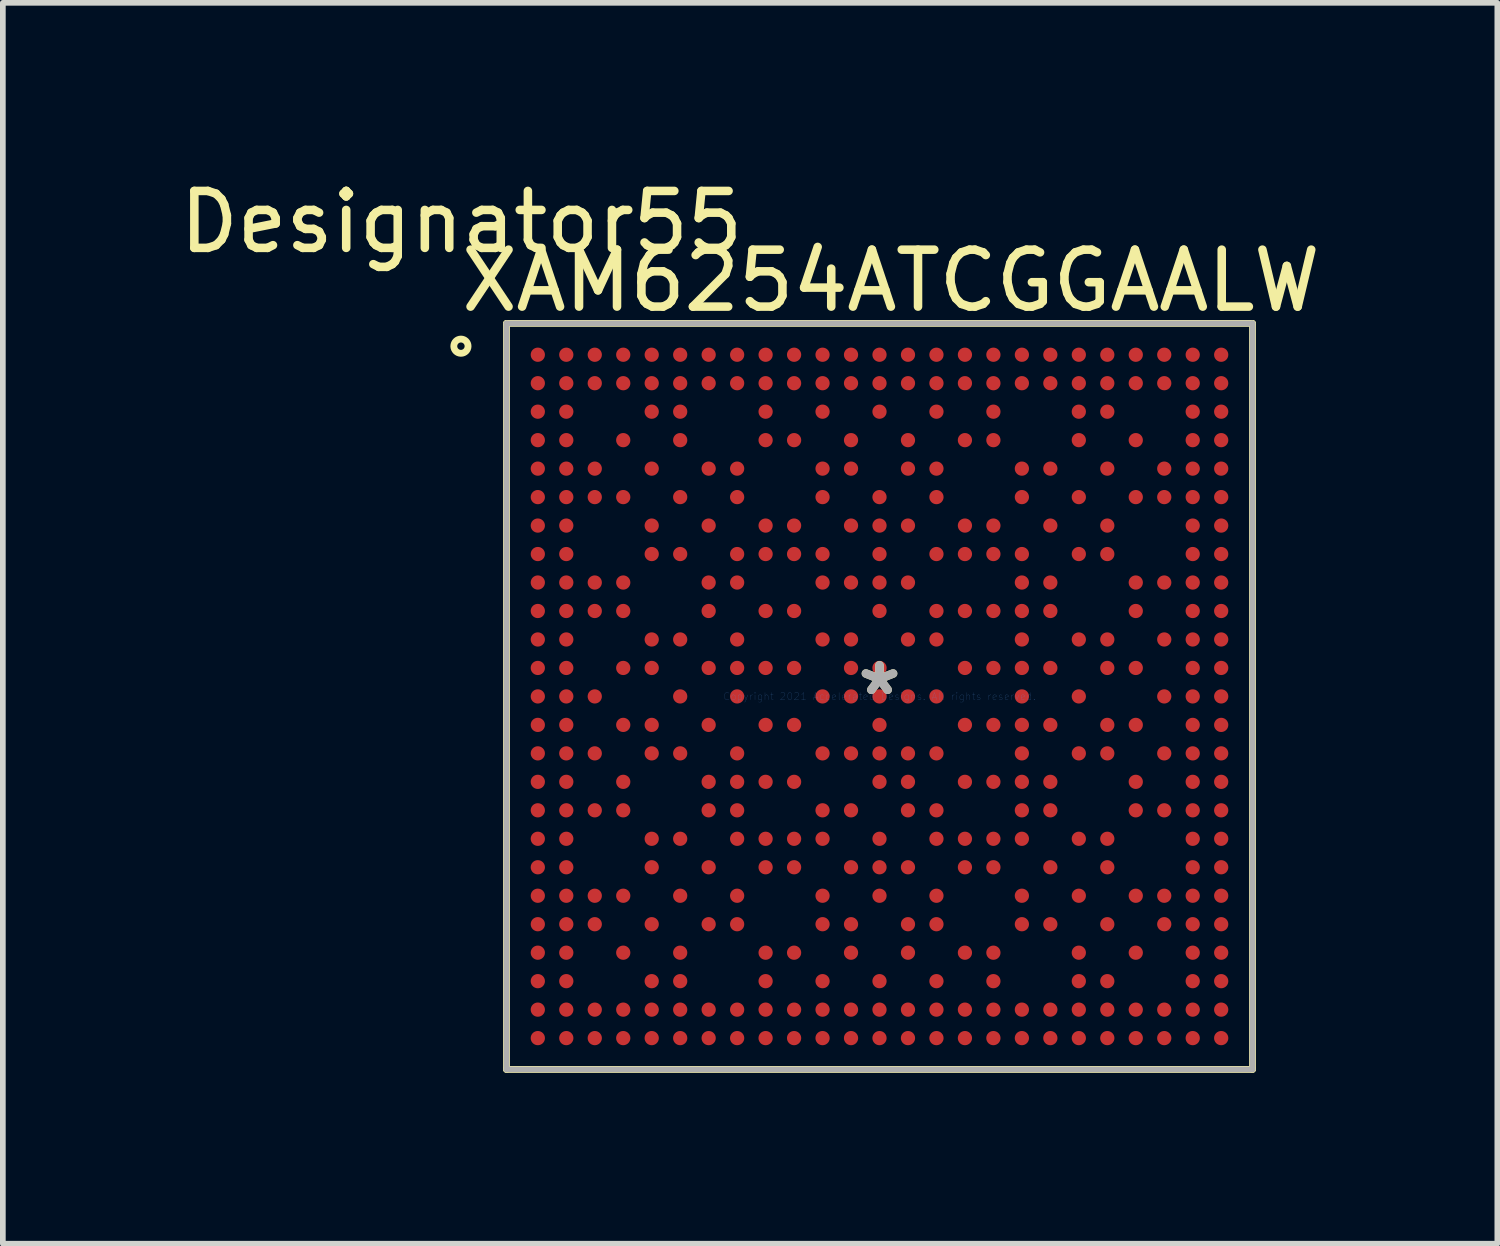
<source format=kicad_pcb>
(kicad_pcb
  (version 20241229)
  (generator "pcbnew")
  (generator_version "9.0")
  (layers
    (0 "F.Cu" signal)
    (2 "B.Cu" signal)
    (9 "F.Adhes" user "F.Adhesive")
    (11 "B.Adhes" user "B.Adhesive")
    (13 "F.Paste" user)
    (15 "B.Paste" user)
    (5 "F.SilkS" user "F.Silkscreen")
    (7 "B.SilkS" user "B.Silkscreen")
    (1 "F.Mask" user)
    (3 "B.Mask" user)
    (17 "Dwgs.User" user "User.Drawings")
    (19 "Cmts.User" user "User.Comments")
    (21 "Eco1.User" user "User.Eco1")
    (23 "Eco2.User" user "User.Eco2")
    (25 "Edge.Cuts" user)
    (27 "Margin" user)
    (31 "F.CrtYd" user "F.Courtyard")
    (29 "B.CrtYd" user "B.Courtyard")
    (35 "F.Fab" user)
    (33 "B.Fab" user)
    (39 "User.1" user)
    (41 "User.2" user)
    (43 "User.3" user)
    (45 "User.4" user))
  (footprint "XAM6254ATCGGAALW"
    (layer "F.Cu")
    (at 12.394 9.179)
    (property "Reference" "XAM6254ATCGGAALW" (at 0.2 -7.3 0) (layer "F.SilkS") (effects (font (size 1 1) (thickness 0.15))))
    (attr through_hole)
    (fp_line (start -6.55 -6.55) (end 6.55 -6.55) (stroke (width 0.12) (type solid)) (layer "F.SilkS"))
    (fp_line (start -6.55 6.55) (end -6.55 -6.55) (stroke (width 0.12) (type solid)) (layer "F.SilkS"))
    (fp_line (start -6.55 6.55) (end 6.55 6.55) (stroke (width 0.12) (type solid)) (layer "F.SilkS"))
    (fp_line (start 6.55 6.55) (end 6.55 -6.55) (stroke (width 0.12) (type solid)) (layer "F.SilkS"))
    (fp_circle (center -7.35 -6.15) (end -7.225 -6.15) (stroke (width 0.12) (type solid)) (fill no) (layer "F.SilkS"))
    (fp_line (start -6.55 -6.55) (end 6.55 -6.55) (stroke (width 0.1) (type solid)) (layer "F.Fab"))
    (fp_line (start -6.55 6.55) (end -6.55 -6.55) (stroke (width 0.1) (type solid)) (layer "F.Fab"))
    (fp_line (start -6.55 6.55) (end 6.55 6.55) (stroke (width 0.1) (type solid)) (layer "F.Fab"))
    (fp_line (start 6.55 6.55) (end 6.55 -6.55) (stroke (width 0.1) (type solid)) (layer "F.Fab"))
    (fp_text user "Designator55" (at -7.341 -8.331 0) (layer "F.SilkS") (effects (font (size 1 1) (thickness 0.15))))
    (fp_text user "*" (at 0 0 0) (layer "F.SilkS") (effects (font (size 1 1) (thickness 0.15))))
    (fp_text user "Copyright 2021 Accelerated Designs. All rights reserved." (at 0 0 0) (layer "Cmts.User") (effects (font (size 0.127 0.127) (thickness 0.002))))
    (fp_text user "*" (at 0 0 0) (layer "F.Fab") (effects (font (size 1 1) (thickness 0.15))))
    (pad "A1" smd circle (at -6 -6) (size 0.25 0.25) (layers "F.Cu" "F.Mask" "F.Paste"))
    (pad "A2" smd circle (at -5.5 -6) (size 0.25 0.25) (layers "F.Cu" "F.Mask" "F.Paste"))
    (pad "A3" smd circle (at -5 -6) (size 0.25 0.25) (layers "F.Cu" "F.Mask" "F.Paste"))
    (pad "A4" smd circle (at -4.5 -6) (size 0.25 0.25) (layers "F.Cu" "F.Mask" "F.Paste"))
    (pad "A5" smd circle (at -4 -6) (size 0.25 0.25) (layers "F.Cu" "F.Mask" "F.Paste"))
    (pad "A6" smd circle (at -3.5 -6) (size 0.25 0.25) (layers "F.Cu" "F.Mask" "F.Paste"))
    (pad "A7" smd circle (at -3 -6) (size 0.25 0.25) (layers "F.Cu" "F.Mask" "F.Paste"))
    (pad "A8" smd circle (at -2.5 -6) (size 0.25 0.25) (layers "F.Cu" "F.Mask" "F.Paste"))
    (pad "A9" smd circle (at -2 -6) (size 0.25 0.25) (layers "F.Cu" "F.Mask" "F.Paste"))
    (pad "A10" smd circle (at -1.5 -6) (size 0.25 0.25) (layers "F.Cu" "F.Mask" "F.Paste"))
    (pad "A11" smd circle (at -1 -6) (size 0.25 0.25) (layers "F.Cu" "F.Mask" "F.Paste"))
    (pad "A12" smd circle (at -0.5 -6) (size 0.25 0.25) (layers "F.Cu" "F.Mask" "F.Paste"))
    (pad "A13" smd circle (at 0 -6) (size 0.25 0.25) (layers "F.Cu" "F.Mask" "F.Paste"))
    (pad "A14" smd circle (at 0.5 -6) (size 0.25 0.25) (layers "F.Cu" "F.Mask" "F.Paste"))
    (pad "A15" smd circle (at 1 -6) (size 0.25 0.25) (layers "F.Cu" "F.Mask" "F.Paste"))
    (pad "A16" smd circle (at 1.5 -6) (size 0.25 0.25) (layers "F.Cu" "F.Mask" "F.Paste"))
    (pad "A17" smd circle (at 2 -6) (size 0.25 0.25) (layers "F.Cu" "F.Mask" "F.Paste"))
    (pad "A18" smd circle (at 2.5 -6) (size 0.25 0.25) (layers "F.Cu" "F.Mask" "F.Paste"))
    (pad "A19" smd circle (at 3 -6) (size 0.25 0.25) (layers "F.Cu" "F.Mask" "F.Paste"))
    (pad "A20" smd circle (at 3.5 -6) (size 0.25 0.25) (layers "F.Cu" "F.Mask" "F.Paste"))
    (pad "A21" smd circle (at 4 -6) (size 0.25 0.25) (layers "F.Cu" "F.Mask" "F.Paste"))
    (pad "A22" smd circle (at 4.5 -6) (size 0.25 0.25) (layers "F.Cu" "F.Mask" "F.Paste"))
    (pad "A23" smd circle (at 5 -6) (size 0.25 0.25) (layers "F.Cu" "F.Mask" "F.Paste"))
    (pad "A24" smd circle (at 5.5 -6) (size 0.25 0.25) (layers "F.Cu" "F.Mask" "F.Paste"))
    (pad "A25" smd circle (at 6 -6) (size 0.25 0.25) (layers "F.Cu" "F.Mask" "F.Paste"))
    (pad "AA1" smd circle (at -6 4) (size 0.25 0.25) (layers "F.Cu" "F.Mask" "F.Paste"))
    (pad "AA2" smd circle (at -5.5 4) (size 0.25 0.25) (layers "F.Cu" "F.Mask" "F.Paste"))
    (pad "AA3" smd circle (at -5 4) (size 0.25 0.25) (layers "F.Cu" "F.Mask" "F.Paste"))
    (pad "AA5" smd circle (at -4 4) (size 0.25 0.25) (layers "F.Cu" "F.Mask" "F.Paste"))
    (pad "AA7" smd circle (at -3 4) (size 0.25 0.25) (layers "F.Cu" "F.Mask" "F.Paste"))
    (pad "AA8" smd circle (at -2.5 4) (size 0.25 0.25) (layers "F.Cu" "F.Mask" "F.Paste"))
    (pad "AA11" smd circle (at -1 4) (size 0.25 0.25) (layers "F.Cu" "F.Mask" "F.Paste"))
    (pad "AA12" smd circle (at -0.5 4) (size 0.25 0.25) (layers "F.Cu" "F.Mask" "F.Paste"))
    (pad "AA14" smd circle (at 0.5 4) (size 0.25 0.25) (layers "F.Cu" "F.Mask" "F.Paste"))
    (pad "AA15" smd circle (at 1 4) (size 0.25 0.25) (layers "F.Cu" "F.Mask" "F.Paste"))
    (pad "AA18" smd circle (at 2.5 4) (size 0.25 0.25) (layers "F.Cu" "F.Mask" "F.Paste"))
    (pad "AA19" smd circle (at 3 4) (size 0.25 0.25) (layers "F.Cu" "F.Mask" "F.Paste"))
    (pad "AA21" smd circle (at 4 4) (size 0.25 0.25) (layers "F.Cu" "F.Mask" "F.Paste"))
    (pad "AA23" smd circle (at 5 4) (size 0.25 0.25) (layers "F.Cu" "F.Mask" "F.Paste"))
    (pad "AA24" smd circle (at 5.5 4) (size 0.25 0.25) (layers "F.Cu" "F.Mask" "F.Paste"))
    (pad "AA25" smd circle (at 6 4) (size 0.25 0.25) (layers "F.Cu" "F.Mask" "F.Paste"))
    (pad "AB1" smd circle (at -6 4.5) (size 0.25 0.25) (layers "F.Cu" "F.Mask" "F.Paste"))
    (pad "AB2" smd circle (at -5.5 4.5) (size 0.25 0.25) (layers "F.Cu" "F.Mask" "F.Paste"))
    (pad "AB4" smd circle (at -4.5 4.5) (size 0.25 0.25) (layers "F.Cu" "F.Mask" "F.Paste"))
    (pad "AB6" smd circle (at -3.5 4.5) (size 0.25 0.25) (layers "F.Cu" "F.Mask" "F.Paste"))
    (pad "AB9" smd circle (at -2 4.5) (size 0.25 0.25) (layers "F.Cu" "F.Mask" "F.Paste"))
    (pad "AB10" smd circle (at -1.5 4.5) (size 0.25 0.25) (layers "F.Cu" "F.Mask" "F.Paste"))
    (pad "AB12" smd circle (at -0.5 4.5) (size 0.25 0.25) (layers "F.Cu" "F.Mask" "F.Paste"))
    (pad "AB14" smd circle (at 0.5 4.5) (size 0.25 0.25) (layers "F.Cu" "F.Mask" "F.Paste"))
    (pad "AB16" smd circle (at 1.5 4.5) (size 0.25 0.25) (layers "F.Cu" "F.Mask" "F.Paste"))
    (pad "AB17" smd circle (at 2 4.5) (size 0.25 0.25) (layers "F.Cu" "F.Mask" "F.Paste"))
    (pad "AB20" smd circle (at 3.5 4.5) (size 0.25 0.25) (layers "F.Cu" "F.Mask" "F.Paste"))
    (pad "AB22" smd circle (at 4.5 4.5) (size 0.25 0.25) (layers "F.Cu" "F.Mask" "F.Paste"))
    (pad "AB24" smd circle (at 5.5 4.5) (size 0.25 0.25) (layers "F.Cu" "F.Mask" "F.Paste"))
    (pad "AB25" smd circle (at 6 4.5) (size 0.25 0.25) (layers "F.Cu" "F.Mask" "F.Paste"))
    (pad "AC1" smd circle (at -6 5) (size 0.25 0.25) (layers "F.Cu" "F.Mask" "F.Paste"))
    (pad "AC2" smd circle (at -5.5 5) (size 0.25 0.25) (layers "F.Cu" "F.Mask" "F.Paste"))
    (pad "AC5" smd circle (at -4 5) (size 0.25 0.25) (layers "F.Cu" "F.Mask" "F.Paste"))
    (pad "AC6" smd circle (at -3.5 5) (size 0.25 0.25) (layers "F.Cu" "F.Mask" "F.Paste"))
    (pad "AC9" smd circle (at -2 5) (size 0.25 0.25) (layers "F.Cu" "F.Mask" "F.Paste"))
    (pad "AC11" smd circle (at -1 5) (size 0.25 0.25) (layers "F.Cu" "F.Mask" "F.Paste"))
    (pad "AC13" smd circle (at 0 5) (size 0.25 0.25) (layers "F.Cu" "F.Mask" "F.Paste"))
    (pad "AC15" smd circle (at 1 5) (size 0.25 0.25) (layers "F.Cu" "F.Mask" "F.Paste"))
    (pad "AC17" smd circle (at 2 5) (size 0.25 0.25) (layers "F.Cu" "F.Mask" "F.Paste"))
    (pad "AC20" smd circle (at 3.5 5) (size 0.25 0.25) (layers "F.Cu" "F.Mask" "F.Paste"))
    (pad "AC21" smd circle (at 4 5) (size 0.25 0.25) (layers "F.Cu" "F.Mask" "F.Paste"))
    (pad "AC24" smd circle (at 5.5 5) (size 0.25 0.25) (layers "F.Cu" "F.Mask" "F.Paste"))
    (pad "AC25" smd circle (at 6 5) (size 0.25 0.25) (layers "F.Cu" "F.Mask" "F.Paste"))
    (pad "AD1" smd circle (at -6 5.5) (size 0.25 0.25) (layers "F.Cu" "F.Mask" "F.Paste"))
    (pad "AD2" smd circle (at -5.5 5.5) (size 0.25 0.25) (layers "F.Cu" "F.Mask" "F.Paste"))
    (pad "AD3" smd circle (at -5 5.5) (size 0.25 0.25) (layers "F.Cu" "F.Mask" "F.Paste"))
    (pad "AD4" smd circle (at -4.5 5.5) (size 0.25 0.25) (layers "F.Cu" "F.Mask" "F.Paste"))
    (pad "AD5" smd circle (at -4 5.5) (size 0.25 0.25) (layers "F.Cu" "F.Mask" "F.Paste"))
    (pad "AD6" smd circle (at -3.5 5.5) (size 0.25 0.25) (layers "F.Cu" "F.Mask" "F.Paste"))
    (pad "AD7" smd circle (at -3 5.5) (size 0.25 0.25) (layers "F.Cu" "F.Mask" "F.Paste"))
    (pad "AD8" smd circle (at -2.5 5.5) (size 0.25 0.25) (layers "F.Cu" "F.Mask" "F.Paste"))
    (pad "AD9" smd circle (at -2 5.5) (size 0.25 0.25) (layers "F.Cu" "F.Mask" "F.Paste"))
    (pad "AD10" smd circle (at -1.5 5.5) (size 0.25 0.25) (layers "F.Cu" "F.Mask" "F.Paste"))
    (pad "AD11" smd circle (at -1 5.5) (size 0.25 0.25) (layers "F.Cu" "F.Mask" "F.Paste"))
    (pad "AD12" smd circle (at -0.5 5.5) (size 0.25 0.25) (layers "F.Cu" "F.Mask" "F.Paste"))
    (pad "AD13" smd circle (at 0 5.5) (size 0.25 0.25) (layers "F.Cu" "F.Mask" "F.Paste"))
    (pad "AD14" smd circle (at 0.5 5.5) (size 0.25 0.25) (layers "F.Cu" "F.Mask" "F.Paste"))
    (pad "AD15" smd circle (at 1 5.5) (size 0.25 0.25) (layers "F.Cu" "F.Mask" "F.Paste"))
    (pad "AD16" smd circle (at 1.5 5.5) (size 0.25 0.25) (layers "F.Cu" "F.Mask" "F.Paste"))
    (pad "AD17" smd circle (at 2 5.5) (size 0.25 0.25) (layers "F.Cu" "F.Mask" "F.Paste"))
    (pad "AD18" smd circle (at 2.5 5.5) (size 0.25 0.25) (layers "F.Cu" "F.Mask" "F.Paste"))
    (pad "AD19" smd circle (at 3 5.5) (size 0.25 0.25) (layers "F.Cu" "F.Mask" "F.Paste"))
    (pad "AD20" smd circle (at 3.5 5.5) (size 0.25 0.25) (layers "F.Cu" "F.Mask" "F.Paste"))
    (pad "AD21" smd circle (at 4 5.5) (size 0.25 0.25) (layers "F.Cu" "F.Mask" "F.Paste"))
    (pad "AD22" smd circle (at 4.5 5.5) (size 0.25 0.25) (layers "F.Cu" "F.Mask" "F.Paste"))
    (pad "AD23" smd circle (at 5 5.5) (size 0.25 0.25) (layers "F.Cu" "F.Mask" "F.Paste"))
    (pad "AD24" smd circle (at 5.5 5.5) (size 0.25 0.25) (layers "F.Cu" "F.Mask" "F.Paste"))
    (pad "AD25" smd circle (at 6 5.5) (size 0.25 0.25) (layers "F.Cu" "F.Mask" "F.Paste"))
    (pad "AE1" smd circle (at -6 6) (size 0.25 0.25) (layers "F.Cu" "F.Mask" "F.Paste"))
    (pad "AE2" smd circle (at -5.5 6) (size 0.25 0.25) (layers "F.Cu" "F.Mask" "F.Paste"))
    (pad "AE3" smd circle (at -5 6) (size 0.25 0.25) (layers "F.Cu" "F.Mask" "F.Paste"))
    (pad "AE4" smd circle (at -4.5 6) (size 0.25 0.25) (layers "F.Cu" "F.Mask" "F.Paste"))
    (pad "AE5" smd circle (at -4 6) (size 0.25 0.25) (layers "F.Cu" "F.Mask" "F.Paste"))
    (pad "AE6" smd circle (at -3.5 6) (size 0.25 0.25) (layers "F.Cu" "F.Mask" "F.Paste"))
    (pad "AE7" smd circle (at -3 6) (size 0.25 0.25) (layers "F.Cu" "F.Mask" "F.Paste"))
    (pad "AE8" smd circle (at -2.5 6) (size 0.25 0.25) (layers "F.Cu" "F.Mask" "F.Paste"))
    (pad "AE9" smd circle (at -2 6) (size 0.25 0.25) (layers "F.Cu" "F.Mask" "F.Paste"))
    (pad "AE10" smd circle (at -1.5 6) (size 0.25 0.25) (layers "F.Cu" "F.Mask" "F.Paste"))
    (pad "AE11" smd circle (at -1 6) (size 0.25 0.25) (layers "F.Cu" "F.Mask" "F.Paste"))
    (pad "AE12" smd circle (at -0.5 6) (size 0.25 0.25) (layers "F.Cu" "F.Mask" "F.Paste"))
    (pad "AE13" smd circle (at 0 6) (size 0.25 0.25) (layers "F.Cu" "F.Mask" "F.Paste"))
    (pad "AE14" smd circle (at 0.5 6) (size 0.25 0.25) (layers "F.Cu" "F.Mask" "F.Paste"))
    (pad "AE15" smd circle (at 1 6) (size 0.25 0.25) (layers "F.Cu" "F.Mask" "F.Paste"))
    (pad "AE16" smd circle (at 1.5 6) (size 0.25 0.25) (layers "F.Cu" "F.Mask" "F.Paste"))
    (pad "AE17" smd circle (at 2 6) (size 0.25 0.25) (layers "F.Cu" "F.Mask" "F.Paste"))
    (pad "AE18" smd circle (at 2.5 6) (size 0.25 0.25) (layers "F.Cu" "F.Mask" "F.Paste"))
    (pad "AE19" smd circle (at 3 6) (size 0.25 0.25) (layers "F.Cu" "F.Mask" "F.Paste"))
    (pad "AE20" smd circle (at 3.5 6) (size 0.25 0.25) (layers "F.Cu" "F.Mask" "F.Paste"))
    (pad "AE21" smd circle (at 4 6) (size 0.25 0.25) (layers "F.Cu" "F.Mask" "F.Paste"))
    (pad "AE22" smd circle (at 4.5 6) (size 0.25 0.25) (layers "F.Cu" "F.Mask" "F.Paste"))
    (pad "AE23" smd circle (at 5 6) (size 0.25 0.25) (layers "F.Cu" "F.Mask" "F.Paste"))
    (pad "AE24" smd circle (at 5.5 6) (size 0.25 0.25) (layers "F.Cu" "F.Mask" "F.Paste"))
    (pad "AE25" smd circle (at 6 6) (size 0.25 0.25) (layers "F.Cu" "F.Mask" "F.Paste"))
    (pad "B1" smd circle (at -6 -5.5) (size 0.25 0.25) (layers "F.Cu" "F.Mask" "F.Paste"))
    (pad "B2" smd circle (at -5.5 -5.5) (size 0.25 0.25) (layers "F.Cu" "F.Mask" "F.Paste"))
    (pad "B3" smd circle (at -5 -5.5) (size 0.25 0.25) (layers "F.Cu" "F.Mask" "F.Paste"))
    (pad "B4" smd circle (at -4.5 -5.5) (size 0.25 0.25) (layers "F.Cu" "F.Mask" "F.Paste"))
    (pad "B5" smd circle (at -4 -5.5) (size 0.25 0.25) (layers "F.Cu" "F.Mask" "F.Paste"))
    (pad "B6" smd circle (at -3.5 -5.5) (size 0.25 0.25) (layers "F.Cu" "F.Mask" "F.Paste"))
    (pad "B7" smd circle (at -3 -5.5) (size 0.25 0.25) (layers "F.Cu" "F.Mask" "F.Paste"))
    (pad "B8" smd circle (at -2.5 -5.5) (size 0.25 0.25) (layers "F.Cu" "F.Mask" "F.Paste"))
    (pad "B9" smd circle (at -2 -5.5) (size 0.25 0.25) (layers "F.Cu" "F.Mask" "F.Paste"))
    (pad "B10" smd circle (at -1.5 -5.5) (size 0.25 0.25) (layers "F.Cu" "F.Mask" "F.Paste"))
    (pad "B11" smd circle (at -1 -5.5) (size 0.25 0.25) (layers "F.Cu" "F.Mask" "F.Paste"))
    (pad "B12" smd circle (at -0.5 -5.5) (size 0.25 0.25) (layers "F.Cu" "F.Mask" "F.Paste"))
    (pad "B13" smd circle (at 0 -5.5) (size 0.25 0.25) (layers "F.Cu" "F.Mask" "F.Paste"))
    (pad "B14" smd circle (at 0.5 -5.5) (size 0.25 0.25) (layers "F.Cu" "F.Mask" "F.Paste"))
    (pad "B15" smd circle (at 1 -5.5) (size 0.25 0.25) (layers "F.Cu" "F.Mask" "F.Paste"))
    (pad "B16" smd circle (at 1.5 -5.5) (size 0.25 0.25) (layers "F.Cu" "F.Mask" "F.Paste"))
    (pad "B17" smd circle (at 2 -5.5) (size 0.25 0.25) (layers "F.Cu" "F.Mask" "F.Paste"))
    (pad "B18" smd circle (at 2.5 -5.5) (size 0.25 0.25) (layers "F.Cu" "F.Mask" "F.Paste"))
    (pad "B19" smd circle (at 3 -5.5) (size 0.25 0.25) (layers "F.Cu" "F.Mask" "F.Paste"))
    (pad "B20" smd circle (at 3.5 -5.5) (size 0.25 0.25) (layers "F.Cu" "F.Mask" "F.Paste"))
    (pad "B21" smd circle (at 4 -5.5) (size 0.25 0.25) (layers "F.Cu" "F.Mask" "F.Paste"))
    (pad "B22" smd circle (at 4.5 -5.5) (size 0.25 0.25) (layers "F.Cu" "F.Mask" "F.Paste"))
    (pad "B23" smd circle (at 5 -5.5) (size 0.25 0.25) (layers "F.Cu" "F.Mask" "F.Paste"))
    (pad "B24" smd circle (at 5.5 -5.5) (size 0.25 0.25) (layers "F.Cu" "F.Mask" "F.Paste"))
    (pad "B25" smd circle (at 6 -5.5) (size 0.25 0.25) (layers "F.Cu" "F.Mask" "F.Paste"))
    (pad "C1" smd circle (at -6 -5) (size 0.25 0.25) (layers "F.Cu" "F.Mask" "F.Paste"))
    (pad "C2" smd circle (at -5.5 -5) (size 0.25 0.25) (layers "F.Cu" "F.Mask" "F.Paste"))
    (pad "C5" smd circle (at -4 -5) (size 0.25 0.25) (layers "F.Cu" "F.Mask" "F.Paste"))
    (pad "C6" smd circle (at -3.5 -5) (size 0.25 0.25) (layers "F.Cu" "F.Mask" "F.Paste"))
    (pad "C9" smd circle (at -2 -5) (size 0.25 0.25) (layers "F.Cu" "F.Mask" "F.Paste"))
    (pad "C11" smd circle (at -1 -5) (size 0.25 0.25) (layers "F.Cu" "F.Mask" "F.Paste"))
    (pad "C13" smd circle (at 0 -5) (size 0.25 0.25) (layers "F.Cu" "F.Mask" "F.Paste"))
    (pad "C15" smd circle (at 1 -5) (size 0.25 0.25) (layers "F.Cu" "F.Mask" "F.Paste"))
    (pad "C17" smd circle (at 2 -5) (size 0.25 0.25) (layers "F.Cu" "F.Mask" "F.Paste"))
    (pad "C20" smd circle (at 3.5 -5) (size 0.25 0.25) (layers "F.Cu" "F.Mask" "F.Paste"))
    (pad "C21" smd circle (at 4 -5) (size 0.25 0.25) (layers "F.Cu" "F.Mask" "F.Paste"))
    (pad "C24" smd circle (at 5.5 -5) (size 0.25 0.25) (layers "F.Cu" "F.Mask" "F.Paste"))
    (pad "C25" smd circle (at 6 -5) (size 0.25 0.25) (layers "F.Cu" "F.Mask" "F.Paste"))
    (pad "D1" smd circle (at -6 -4.5) (size 0.25 0.25) (layers "F.Cu" "F.Mask" "F.Paste"))
    (pad "D2" smd circle (at -5.5 -4.5) (size 0.25 0.25) (layers "F.Cu" "F.Mask" "F.Paste"))
    (pad "D4" smd circle (at -4.5 -4.5) (size 0.25 0.25) (layers "F.Cu" "F.Mask" "F.Paste"))
    (pad "D6" smd circle (at -3.5 -4.5) (size 0.25 0.25) (layers "F.Cu" "F.Mask" "F.Paste"))
    (pad "D9" smd circle (at -2 -4.5) (size 0.25 0.25) (layers "F.Cu" "F.Mask" "F.Paste"))
    (pad "D10" smd circle (at -1.5 -4.5) (size 0.25 0.25) (layers "F.Cu" "F.Mask" "F.Paste"))
    (pad "D12" smd circle (at -0.5 -4.5) (size 0.25 0.25) (layers "F.Cu" "F.Mask" "F.Paste"))
    (pad "D14" smd circle (at 0.5 -4.5) (size 0.25 0.25) (layers "F.Cu" "F.Mask" "F.Paste"))
    (pad "D16" smd circle (at 1.5 -4.5) (size 0.25 0.25) (layers "F.Cu" "F.Mask" "F.Paste"))
    (pad "D17" smd circle (at 2 -4.5) (size 0.25 0.25) (layers "F.Cu" "F.Mask" "F.Paste"))
    (pad "D20" smd circle (at 3.5 -4.5) (size 0.25 0.25) (layers "F.Cu" "F.Mask" "F.Paste"))
    (pad "D22" smd circle (at 4.5 -4.5) (size 0.25 0.25) (layers "F.Cu" "F.Mask" "F.Paste"))
    (pad "D24" smd circle (at 5.5 -4.5) (size 0.25 0.25) (layers "F.Cu" "F.Mask" "F.Paste"))
    (pad "D25" smd circle (at 6 -4.5) (size 0.25 0.25) (layers "F.Cu" "F.Mask" "F.Paste"))
    (pad "E1" smd circle (at -6 -4) (size 0.25 0.25) (layers "F.Cu" "F.Mask" "F.Paste"))
    (pad "E2" smd circle (at -5.5 -4) (size 0.25 0.25) (layers "F.Cu" "F.Mask" "F.Paste"))
    (pad "E3" smd circle (at -5 -4) (size 0.25 0.25) (layers "F.Cu" "F.Mask" "F.Paste"))
    (pad "E5" smd circle (at -4 -4) (size 0.25 0.25) (layers "F.Cu" "F.Mask" "F.Paste"))
    (pad "E7" smd circle (at -3 -4) (size 0.25 0.25) (layers "F.Cu" "F.Mask" "F.Paste"))
    (pad "E8" smd circle (at -2.5 -4) (size 0.25 0.25) (layers "F.Cu" "F.Mask" "F.Paste"))
    (pad "E11" smd circle (at -1 -4) (size 0.25 0.25) (layers "F.Cu" "F.Mask" "F.Paste"))
    (pad "E12" smd circle (at -0.5 -4) (size 0.25 0.25) (layers "F.Cu" "F.Mask" "F.Paste"))
    (pad "E14" smd circle (at 0.5 -4) (size 0.25 0.25) (layers "F.Cu" "F.Mask" "F.Paste"))
    (pad "E15" smd circle (at 1 -4) (size 0.25 0.25) (layers "F.Cu" "F.Mask" "F.Paste"))
    (pad "E18" smd circle (at 2.5 -4) (size 0.25 0.25) (layers "F.Cu" "F.Mask" "F.Paste"))
    (pad "E19" smd circle (at 3 -4) (size 0.25 0.25) (layers "F.Cu" "F.Mask" "F.Paste"))
    (pad "E21" smd circle (at 4 -4) (size 0.25 0.25) (layers "F.Cu" "F.Mask" "F.Paste"))
    (pad "E23" smd circle (at 5 -4) (size 0.25 0.25) (layers "F.Cu" "F.Mask" "F.Paste"))
    (pad "E24" smd circle (at 5.5 -4) (size 0.25 0.25) (layers "F.Cu" "F.Mask" "F.Paste"))
    (pad "E25" smd circle (at 6 -4) (size 0.25 0.25) (layers "F.Cu" "F.Mask" "F.Paste"))
    (pad "F1" smd circle (at -6 -3.5) (size 0.25 0.25) (layers "F.Cu" "F.Mask" "F.Paste"))
    (pad "F2" smd circle (at -5.5 -3.5) (size 0.25 0.25) (layers "F.Cu" "F.Mask" "F.Paste"))
    (pad "F3" smd circle (at -5 -3.5) (size 0.25 0.25) (layers "F.Cu" "F.Mask" "F.Paste"))
    (pad "F4" smd circle (at -4.5 -3.5) (size 0.25 0.25) (layers "F.Cu" "F.Mask" "F.Paste"))
    (pad "F6" smd circle (at -3.5 -3.5) (size 0.25 0.25) (layers "F.Cu" "F.Mask" "F.Paste"))
    (pad "F8" smd circle (at -2.5 -3.5) (size 0.25 0.25) (layers "F.Cu" "F.Mask" "F.Paste"))
    (pad "F11" smd circle (at -1 -3.5) (size 0.25 0.25) (layers "F.Cu" "F.Mask" "F.Paste"))
    (pad "F13" smd circle (at 0 -3.5) (size 0.25 0.25) (layers "F.Cu" "F.Mask" "F.Paste"))
    (pad "F15" smd circle (at 1 -3.5) (size 0.25 0.25) (layers "F.Cu" "F.Mask" "F.Paste"))
    (pad "F18" smd circle (at 2.5 -3.5) (size 0.25 0.25) (layers "F.Cu" "F.Mask" "F.Paste"))
    (pad "F20" smd circle (at 3.5 -3.5) (size 0.25 0.25) (layers "F.Cu" "F.Mask" "F.Paste"))
    (pad "F22" smd circle (at 4.5 -3.5) (size 0.25 0.25) (layers "F.Cu" "F.Mask" "F.Paste"))
    (pad "F23" smd circle (at 5 -3.5) (size 0.25 0.25) (layers "F.Cu" "F.Mask" "F.Paste"))
    (pad "F24" smd circle (at 5.5 -3.5) (size 0.25 0.25) (layers "F.Cu" "F.Mask" "F.Paste"))
    (pad "F25" smd circle (at 6 -3.5) (size 0.25 0.25) (layers "F.Cu" "F.Mask" "F.Paste"))
    (pad "G1" smd circle (at -6 -3) (size 0.25 0.25) (layers "F.Cu" "F.Mask" "F.Paste"))
    (pad "G2" smd circle (at -5.5 -3) (size 0.25 0.25) (layers "F.Cu" "F.Mask" "F.Paste"))
    (pad "G5" smd circle (at -4 -3) (size 0.25 0.25) (layers "F.Cu" "F.Mask" "F.Paste"))
    (pad "G7" smd circle (at -3 -3) (size 0.25 0.25) (layers "F.Cu" "F.Mask" "F.Paste"))
    (pad "G9" smd circle (at -2 -3) (size 0.25 0.25) (layers "F.Cu" "F.Mask" "F.Paste"))
    (pad "G10" smd circle (at -1.5 -3) (size 0.25 0.25) (layers "F.Cu" "F.Mask" "F.Paste"))
    (pad "G12" smd circle (at -0.5 -3) (size 0.25 0.25) (layers "F.Cu" "F.Mask" "F.Paste"))
    (pad "G13" smd circle (at 0 -3) (size 0.25 0.25) (layers "F.Cu" "F.Mask" "F.Paste"))
    (pad "G14" smd circle (at 0.5 -3) (size 0.25 0.25) (layers "F.Cu" "F.Mask" "F.Paste"))
    (pad "G16" smd circle (at 1.5 -3) (size 0.25 0.25) (layers "F.Cu" "F.Mask" "F.Paste"))
    (pad "G17" smd circle (at 2 -3) (size 0.25 0.25) (layers "F.Cu" "F.Mask" "F.Paste"))
    (pad "G19" smd circle (at 3 -3) (size 0.25 0.25) (layers "F.Cu" "F.Mask" "F.Paste"))
    (pad "G21" smd circle (at 4 -3) (size 0.25 0.25) (layers "F.Cu" "F.Mask" "F.Paste"))
    (pad "G24" smd circle (at 5.5 -3) (size 0.25 0.25) (layers "F.Cu" "F.Mask" "F.Paste"))
    (pad "G25" smd circle (at 6 -3) (size 0.25 0.25) (layers "F.Cu" "F.Mask" "F.Paste"))
    (pad "H1" smd circle (at -6 -2.5) (size 0.25 0.25) (layers "F.Cu" "F.Mask" "F.Paste"))
    (pad "H2" smd circle (at -5.5 -2.5) (size 0.25 0.25) (layers "F.Cu" "F.Mask" "F.Paste"))
    (pad "H5" smd circle (at -4 -2.5) (size 0.25 0.25) (layers "F.Cu" "F.Mask" "F.Paste"))
    (pad "H6" smd circle (at -3.5 -2.5) (size 0.25 0.25) (layers "F.Cu" "F.Mask" "F.Paste"))
    (pad "H8" smd circle (at -2.5 -2.5) (size 0.25 0.25) (layers "F.Cu" "F.Mask" "F.Paste"))
    (pad "H9" smd circle (at -2 -2.5) (size 0.25 0.25) (layers "F.Cu" "F.Mask" "F.Paste"))
    (pad "H10" smd circle (at -1.5 -2.5) (size 0.25 0.25) (layers "F.Cu" "F.Mask" "F.Paste"))
    (pad "H11" smd circle (at -1 -2.5) (size 0.25 0.25) (layers "F.Cu" "F.Mask" "F.Paste"))
    (pad "H13" smd circle (at 0 -2.5) (size 0.25 0.25) (layers "F.Cu" "F.Mask" "F.Paste"))
    (pad "H15" smd circle (at 1 -2.5) (size 0.25 0.25) (layers "F.Cu" "F.Mask" "F.Paste"))
    (pad "H16" smd circle (at 1.5 -2.5) (size 0.25 0.25) (layers "F.Cu" "F.Mask" "F.Paste"))
    (pad "H17" smd circle (at 2 -2.5) (size 0.25 0.25) (layers "F.Cu" "F.Mask" "F.Paste"))
    (pad "H18" smd circle (at 2.5 -2.5) (size 0.25 0.25) (layers "F.Cu" "F.Mask" "F.Paste"))
    (pad "H20" smd circle (at 3.5 -2.5) (size 0.25 0.25) (layers "F.Cu" "F.Mask" "F.Paste"))
    (pad "H21" smd circle (at 4 -2.5) (size 0.25 0.25) (layers "F.Cu" "F.Mask" "F.Paste"))
    (pad "H24" smd circle (at 5.5 -2.5) (size 0.25 0.25) (layers "F.Cu" "F.Mask" "F.Paste"))
    (pad "H25" smd circle (at 6 -2.5) (size 0.25 0.25) (layers "F.Cu" "F.Mask" "F.Paste"))
    (pad "J1" smd circle (at -6 -2) (size 0.25 0.25) (layers "F.Cu" "F.Mask" "F.Paste"))
    (pad "J2" smd circle (at -5.5 -2) (size 0.25 0.25) (layers "F.Cu" "F.Mask" "F.Paste"))
    (pad "J3" smd circle (at -5 -2) (size 0.25 0.25) (layers "F.Cu" "F.Mask" "F.Paste"))
    (pad "J4" smd circle (at -4.5 -2) (size 0.25 0.25) (layers "F.Cu" "F.Mask" "F.Paste"))
    (pad "J7" smd circle (at -3 -2) (size 0.25 0.25) (layers "F.Cu" "F.Mask" "F.Paste"))
    (pad "J8" smd circle (at -2.5 -2) (size 0.25 0.25) (layers "F.Cu" "F.Mask" "F.Paste"))
    (pad "J11" smd circle (at -1 -2) (size 0.25 0.25) (layers "F.Cu" "F.Mask" "F.Paste"))
    (pad "J12" smd circle (at -0.5 -2) (size 0.25 0.25) (layers "F.Cu" "F.Mask" "F.Paste"))
    (pad "J13" smd circle (at 0 -2) (size 0.25 0.25) (layers "F.Cu" "F.Mask" "F.Paste"))
    (pad "J14" smd circle (at 0.5 -2) (size 0.25 0.25) (layers "F.Cu" "F.Mask" "F.Paste"))
    (pad "J18" smd circle (at 2.5 -2) (size 0.25 0.25) (layers "F.Cu" "F.Mask" "F.Paste"))
    (pad "J19" smd circle (at 3 -2) (size 0.25 0.25) (layers "F.Cu" "F.Mask" "F.Paste"))
    (pad "J22" smd circle (at 4.5 -2) (size 0.25 0.25) (layers "F.Cu" "F.Mask" "F.Paste"))
    (pad "J23" smd circle (at 5 -2) (size 0.25 0.25) (layers "F.Cu" "F.Mask" "F.Paste"))
    (pad "J24" smd circle (at 5.5 -2) (size 0.25 0.25) (layers "F.Cu" "F.Mask" "F.Paste"))
    (pad "J25" smd circle (at 6 -2) (size 0.25 0.25) (layers "F.Cu" "F.Mask" "F.Paste"))
    (pad "K1" smd circle (at -6 -1.5) (size 0.25 0.25) (layers "F.Cu" "F.Mask" "F.Paste"))
    (pad "K2" smd circle (at -5.5 -1.5) (size 0.25 0.25) (layers "F.Cu" "F.Mask" "F.Paste"))
    (pad "K3" smd circle (at -5 -1.5) (size 0.25 0.25) (layers "F.Cu" "F.Mask" "F.Paste"))
    (pad "K4" smd circle (at -4.5 -1.5) (size 0.25 0.25) (layers "F.Cu" "F.Mask" "F.Paste"))
    (pad "K7" smd circle (at -3 -1.5) (size 0.25 0.25) (layers "F.Cu" "F.Mask" "F.Paste"))
    (pad "K9" smd circle (at -2 -1.5) (size 0.25 0.25) (layers "F.Cu" "F.Mask" "F.Paste"))
    (pad "K10" smd circle (at -1.5 -1.5) (size 0.25 0.25) (layers "F.Cu" "F.Mask" "F.Paste"))
    (pad "K13" smd circle (at 0 -1.5) (size 0.25 0.25) (layers "F.Cu" "F.Mask" "F.Paste"))
    (pad "K15" smd circle (at 1 -1.5) (size 0.25 0.25) (layers "F.Cu" "F.Mask" "F.Paste"))
    (pad "K16" smd circle (at 1.5 -1.5) (size 0.25 0.25) (layers "F.Cu" "F.Mask" "F.Paste"))
    (pad "K17" smd circle (at 2 -1.5) (size 0.25 0.25) (layers "F.Cu" "F.Mask" "F.Paste"))
    (pad "K18" smd circle (at 2.5 -1.5) (size 0.25 0.25) (layers "F.Cu" "F.Mask" "F.Paste"))
    (pad "K19" smd circle (at 3 -1.5) (size 0.25 0.25) (layers "F.Cu" "F.Mask" "F.Paste"))
    (pad "K22" smd circle (at 4.5 -1.5) (size 0.25 0.25) (layers "F.Cu" "F.Mask" "F.Paste"))
    (pad "K24" smd circle (at 5.5 -1.5) (size 0.25 0.25) (layers "F.Cu" "F.Mask" "F.Paste"))
    (pad "K25" smd circle (at 6 -1.5) (size 0.25 0.25) (layers "F.Cu" "F.Mask" "F.Paste"))
    (pad "L1" smd circle (at -6 -1) (size 0.25 0.25) (layers "F.Cu" "F.Mask" "F.Paste"))
    (pad "L2" smd circle (at -5.5 -1) (size 0.25 0.25) (layers "F.Cu" "F.Mask" "F.Paste"))
    (pad "L5" smd circle (at -4 -1) (size 0.25 0.25) (layers "F.Cu" "F.Mask" "F.Paste"))
    (pad "L6" smd circle (at -3.5 -1) (size 0.25 0.25) (layers "F.Cu" "F.Mask" "F.Paste"))
    (pad "L8" smd circle (at -2.5 -1) (size 0.25 0.25) (layers "F.Cu" "F.Mask" "F.Paste"))
    (pad "L11" smd circle (at -1 -1) (size 0.25 0.25) (layers "F.Cu" "F.Mask" "F.Paste"))
    (pad "L12" smd circle (at -0.5 -1) (size 0.25 0.25) (layers "F.Cu" "F.Mask" "F.Paste"))
    (pad "L14" smd circle (at 0.5 -1) (size 0.25 0.25) (layers "F.Cu" "F.Mask" "F.Paste"))
    (pad "L15" smd circle (at 1 -1) (size 0.25 0.25) (layers "F.Cu" "F.Mask" "F.Paste"))
    (pad "L18" smd circle (at 2.5 -1) (size 0.25 0.25) (layers "F.Cu" "F.Mask" "F.Paste"))
    (pad "L20" smd circle (at 3.5 -1) (size 0.25 0.25) (layers "F.Cu" "F.Mask" "F.Paste"))
    (pad "L21" smd circle (at 4 -1) (size 0.25 0.25) (layers "F.Cu" "F.Mask" "F.Paste"))
    (pad "L23" smd circle (at 5 -1) (size 0.25 0.25) (layers "F.Cu" "F.Mask" "F.Paste"))
    (pad "L24" smd circle (at 5.5 -1) (size 0.25 0.25) (layers "F.Cu" "F.Mask" "F.Paste"))
    (pad "L25" smd circle (at 6 -1) (size 0.25 0.25) (layers "F.Cu" "F.Mask" "F.Paste"))
    (pad "M1" smd circle (at -6 -0.5) (size 0.25 0.25) (layers "F.Cu" "F.Mask" "F.Paste"))
    (pad "M2" smd circle (at -5.5 -0.5) (size 0.25 0.25) (layers "F.Cu" "F.Mask" "F.Paste"))
    (pad "M4" smd circle (at -4.5 -0.5) (size 0.25 0.25) (layers "F.Cu" "F.Mask" "F.Paste"))
    (pad "M5" smd circle (at -4 -0.5) (size 0.25 0.25) (layers "F.Cu" "F.Mask" "F.Paste"))
    (pad "M7" smd circle (at -3 -0.5) (size 0.25 0.25) (layers "F.Cu" "F.Mask" "F.Paste"))
    (pad "M8" smd circle (at -2.5 -0.5) (size 0.25 0.25) (layers "F.Cu" "F.Mask" "F.Paste"))
    (pad "M9" smd circle (at -2 -0.5) (size 0.25 0.25) (layers "F.Cu" "F.Mask" "F.Paste"))
    (pad "M10" smd circle (at -1.5 -0.5) (size 0.25 0.25) (layers "F.Cu" "F.Mask" "F.Paste"))
    (pad "M12" smd circle (at -0.5 -0.5) (size 0.25 0.25) (layers "F.Cu" "F.Mask" "F.Paste"))
    (pad "M13" smd circle (at 0 -0.5) (size 0.25 0.25) (layers "F.Cu" "F.Mask" "F.Paste"))
    (pad "M16" smd circle (at 1.5 -0.5) (size 0.25 0.25) (layers "F.Cu" "F.Mask" "F.Paste"))
    (pad "M17" smd circle (at 2 -0.5) (size 0.25 0.25) (layers "F.Cu" "F.Mask" "F.Paste"))
    (pad "M18" smd circle (at 2.5 -0.5) (size 0.25 0.25) (layers "F.Cu" "F.Mask" "F.Paste"))
    (pad "M19" smd circle (at 3 -0.5) (size 0.25 0.25) (layers "F.Cu" "F.Mask" "F.Paste"))
    (pad "M21" smd circle (at 4 -0.5) (size 0.25 0.25) (layers "F.Cu" "F.Mask" "F.Paste"))
    (pad "M22" smd circle (at 4.5 -0.5) (size 0.25 0.25) (layers "F.Cu" "F.Mask" "F.Paste"))
    (pad "M24" smd circle (at 5.5 -0.5) (size 0.25 0.25) (layers "F.Cu" "F.Mask" "F.Paste"))
    (pad "M25" smd circle (at 6 -0.5) (size 0.25 0.25) (layers "F.Cu" "F.Mask" "F.Paste"))
    (pad "N1" smd circle (at -6 0) (size 0.25 0.25) (layers "F.Cu" "F.Mask" "F.Paste"))
    (pad "N2" smd circle (at -5.5 0) (size 0.25 0.25) (layers "F.Cu" "F.Mask" "F.Paste"))
    (pad "N3" smd circle (at -5 0) (size 0.25 0.25) (layers "F.Cu" "F.Mask" "F.Paste"))
    (pad "N6" smd circle (at -3.5 0) (size 0.25 0.25) (layers "F.Cu" "F.Mask" "F.Paste"))
    (pad "N8" smd circle (at -2.5 0) (size 0.25 0.25) (layers "F.Cu" "F.Mask" "F.Paste"))
    (pad "N11" smd circle (at -1 0) (size 0.25 0.25) (layers "F.Cu" "F.Mask" "F.Paste"))
    (pad "N12" smd circle (at -0.5 0) (size 0.25 0.25) (layers "F.Cu" "F.Mask" "F.Paste"))
    (pad "N13" smd circle (at 0 0) (size 0.25 0.25) (layers "F.Cu" "F.Mask" "F.Paste"))
    (pad "N14" smd circle (at 0.5 0) (size 0.25 0.25) (layers "F.Cu" "F.Mask" "F.Paste"))
    (pad "N15" smd circle (at 1 0) (size 0.25 0.25) (layers "F.Cu" "F.Mask" "F.Paste"))
    (pad "N18" smd circle (at 2.5 0) (size 0.25 0.25) (layers "F.Cu" "F.Mask" "F.Paste"))
    (pad "N20" smd circle (at 3.5 0) (size 0.25 0.25) (layers "F.Cu" "F.Mask" "F.Paste"))
    (pad "N23" smd circle (at 5 0) (size 0.25 0.25) (layers "F.Cu" "F.Mask" "F.Paste"))
    (pad "N24" smd circle (at 5.5 0) (size 0.25 0.25) (layers "F.Cu" "F.Mask" "F.Paste"))
    (pad "N25" smd circle (at 6 0) (size 0.25 0.25) (layers "F.Cu" "F.Mask" "F.Paste"))
    (pad "P1" smd circle (at -6 0.5) (size 0.25 0.25) (layers "F.Cu" "F.Mask" "F.Paste"))
    (pad "P2" smd circle (at -5.5 0.5) (size 0.25 0.25) (layers "F.Cu" "F.Mask" "F.Paste"))
    (pad "P4" smd circle (at -4.5 0.5) (size 0.25 0.25) (layers "F.Cu" "F.Mask" "F.Paste"))
    (pad "P5" smd circle (at -4 0.5) (size 0.25 0.25) (layers "F.Cu" "F.Mask" "F.Paste"))
    (pad "P7" smd circle (at -3 0.5) (size 0.25 0.25) (layers "F.Cu" "F.Mask" "F.Paste"))
    (pad "P9" smd circle (at -2 0.5) (size 0.25 0.25) (layers "F.Cu" "F.Mask" "F.Paste"))
    (pad "P10" smd circle (at -1.5 0.5) (size 0.25 0.25) (layers "F.Cu" "F.Mask" "F.Paste"))
    (pad "P13" smd circle (at 0 0.5) (size 0.25 0.25) (layers "F.Cu" "F.Mask" "F.Paste"))
    (pad "P16" smd circle (at 1.5 0.5) (size 0.25 0.25) (layers "F.Cu" "F.Mask" "F.Paste"))
    (pad "P17" smd circle (at 2 0.5) (size 0.25 0.25) (layers "F.Cu" "F.Mask" "F.Paste"))
    (pad "P18" smd circle (at 2.5 0.5) (size 0.25 0.25) (layers "F.Cu" "F.Mask" "F.Paste"))
    (pad "P19" smd circle (at 3 0.5) (size 0.25 0.25) (layers "F.Cu" "F.Mask" "F.Paste"))
    (pad "P21" smd circle (at 4 0.5) (size 0.25 0.25) (layers "F.Cu" "F.Mask" "F.Paste"))
    (pad "P22" smd circle (at 4.5 0.5) (size 0.25 0.25) (layers "F.Cu" "F.Mask" "F.Paste"))
    (pad "P24" smd circle (at 5.5 0.5) (size 0.25 0.25) (layers "F.Cu" "F.Mask" "F.Paste"))
    (pad "P25" smd circle (at 6 0.5) (size 0.25 0.25) (layers "F.Cu" "F.Mask" "F.Paste"))
    (pad "R1" smd circle (at -6 1) (size 0.25 0.25) (layers "F.Cu" "F.Mask" "F.Paste"))
    (pad "R2" smd circle (at -5.5 1) (size 0.25 0.25) (layers "F.Cu" "F.Mask" "F.Paste"))
    (pad "R3" smd circle (at -5 1) (size 0.25 0.25) (layers "F.Cu" "F.Mask" "F.Paste"))
    (pad "R5" smd circle (at -4 1) (size 0.25 0.25) (layers "F.Cu" "F.Mask" "F.Paste"))
    (pad "R6" smd circle (at -3.5 1) (size 0.25 0.25) (layers "F.Cu" "F.Mask" "F.Paste"))
    (pad "R8" smd circle (at -2.5 1) (size 0.25 0.25) (layers "F.Cu" "F.Mask" "F.Paste"))
    (pad "R11" smd circle (at -1 1) (size 0.25 0.25) (layers "F.Cu" "F.Mask" "F.Paste"))
    (pad "R12" smd circle (at -0.5 1) (size 0.25 0.25) (layers "F.Cu" "F.Mask" "F.Paste"))
    (pad "R13" smd circle (at 0 1) (size 0.25 0.25) (layers "F.Cu" "F.Mask" "F.Paste"))
    (pad "R14" smd circle (at 0.5 1) (size 0.25 0.25) (layers "F.Cu" "F.Mask" "F.Paste"))
    (pad "R15" smd circle (at 1 1) (size 0.25 0.25) (layers "F.Cu" "F.Mask" "F.Paste"))
    (pad "R18" smd circle (at 2.5 1) (size 0.25 0.25) (layers "F.Cu" "F.Mask" "F.Paste"))
    (pad "R20" smd circle (at 3.5 1) (size 0.25 0.25) (layers "F.Cu" "F.Mask" "F.Paste"))
    (pad "R21" smd circle (at 4 1) (size 0.25 0.25) (layers "F.Cu" "F.Mask" "F.Paste"))
    (pad "R23" smd circle (at 5 1) (size 0.25 0.25) (layers "F.Cu" "F.Mask" "F.Paste"))
    (pad "R24" smd circle (at 5.5 1) (size 0.25 0.25) (layers "F.Cu" "F.Mask" "F.Paste"))
    (pad "R25" smd circle (at 6 1) (size 0.25 0.25) (layers "F.Cu" "F.Mask" "F.Paste"))
    (pad "T1" smd circle (at -6 1.5) (size 0.25 0.25) (layers "F.Cu" "F.Mask" "F.Paste"))
    (pad "T2" smd circle (at -5.5 1.5) (size 0.25 0.25) (layers "F.Cu" "F.Mask" "F.Paste"))
    (pad "T4" smd circle (at -4.5 1.5) (size 0.25 0.25) (layers "F.Cu" "F.Mask" "F.Paste"))
    (pad "T7" smd circle (at -3 1.5) (size 0.25 0.25) (layers "F.Cu" "F.Mask" "F.Paste"))
    (pad "T8" smd circle (at -2.5 1.5) (size 0.25 0.25) (layers "F.Cu" "F.Mask" "F.Paste"))
    (pad "T9" smd circle (at -2 1.5) (size 0.25 0.25) (layers "F.Cu" "F.Mask" "F.Paste"))
    (pad "T10" smd circle (at -1.5 1.5) (size 0.25 0.25) (layers "F.Cu" "F.Mask" "F.Paste"))
    (pad "T13" smd circle (at 0 1.5) (size 0.25 0.25) (layers "F.Cu" "F.Mask" "F.Paste"))
    (pad "T14" smd circle (at 0.5 1.5) (size 0.25 0.25) (layers "F.Cu" "F.Mask" "F.Paste"))
    (pad "T16" smd circle (at 1.5 1.5) (size 0.25 0.25) (layers "F.Cu" "F.Mask" "F.Paste"))
    (pad "T17" smd circle (at 2 1.5) (size 0.25 0.25) (layers "F.Cu" "F.Mask" "F.Paste"))
    (pad "T18" smd circle (at 2.5 1.5) (size 0.25 0.25) (layers "F.Cu" "F.Mask" "F.Paste"))
    (pad "T19" smd circle (at 3 1.5) (size 0.25 0.25) (layers "F.Cu" "F.Mask" "F.Paste"))
    (pad "T22" smd circle (at 4.5 1.5) (size 0.25 0.25) (layers "F.Cu" "F.Mask" "F.Paste"))
    (pad "T24" smd circle (at 5.5 1.5) (size 0.25 0.25) (layers "F.Cu" "F.Mask" "F.Paste"))
    (pad "T25" smd circle (at 6 1.5) (size 0.25 0.25) (layers "F.Cu" "F.Mask" "F.Paste"))
    (pad "U1" smd circle (at -6 2) (size 0.25 0.25) (layers "F.Cu" "F.Mask" "F.Paste"))
    (pad "U2" smd circle (at -5.5 2) (size 0.25 0.25) (layers "F.Cu" "F.Mask" "F.Paste"))
    (pad "U3" smd circle (at -5 2) (size 0.25 0.25) (layers "F.Cu" "F.Mask" "F.Paste"))
    (pad "U4" smd circle (at -4.5 2) (size 0.25 0.25) (layers "F.Cu" "F.Mask" "F.Paste"))
    (pad "U7" smd circle (at -3 2) (size 0.25 0.25) (layers "F.Cu" "F.Mask" "F.Paste"))
    (pad "U8" smd circle (at -2.5 2) (size 0.25 0.25) (layers "F.Cu" "F.Mask" "F.Paste"))
    (pad "U11" smd circle (at -1 2) (size 0.25 0.25) (layers "F.Cu" "F.Mask" "F.Paste"))
    (pad "U12" smd circle (at -0.5 2) (size 0.25 0.25) (layers "F.Cu" "F.Mask" "F.Paste"))
    (pad "U14" smd circle (at 0.5 2) (size 0.25 0.25) (layers "F.Cu" "F.Mask" "F.Paste"))
    (pad "U15" smd circle (at 1 2) (size 0.25 0.25) (layers "F.Cu" "F.Mask" "F.Paste"))
    (pad "U18" smd circle (at 2.5 2) (size 0.25 0.25) (layers "F.Cu" "F.Mask" "F.Paste"))
    (pad "U19" smd circle (at 3 2) (size 0.25 0.25) (layers "F.Cu" "F.Mask" "F.Paste"))
    (pad "U22" smd circle (at 4.5 2) (size 0.25 0.25) (layers "F.Cu" "F.Mask" "F.Paste"))
    (pad "U23" smd circle (at 5 2) (size 0.25 0.25) (layers "F.Cu" "F.Mask" "F.Paste"))
    (pad "U24" smd circle (at 5.5 2) (size 0.25 0.25) (layers "F.Cu" "F.Mask" "F.Paste"))
    (pad "U25" smd circle (at 6 2) (size 0.25 0.25) (layers "F.Cu" "F.Mask" "F.Paste"))
    (pad "V1" smd circle (at -6 2.5) (size 0.25 0.25) (layers "F.Cu" "F.Mask" "F.Paste"))
    (pad "V2" smd circle (at -5.5 2.5) (size 0.25 0.25) (layers "F.Cu" "F.Mask" "F.Paste"))
    (pad "V5" smd circle (at -4 2.5) (size 0.25 0.25) (layers "F.Cu" "F.Mask" "F.Paste"))
    (pad "V6" smd circle (at -3.5 2.5) (size 0.25 0.25) (layers "F.Cu" "F.Mask" "F.Paste"))
    (pad "V8" smd circle (at -2.5 2.5) (size 0.25 0.25) (layers "F.Cu" "F.Mask" "F.Paste"))
    (pad "V9" smd circle (at -2 2.5) (size 0.25 0.25) (layers "F.Cu" "F.Mask" "F.Paste"))
    (pad "V10" smd circle (at -1.5 2.5) (size 0.25 0.25) (layers "F.Cu" "F.Mask" "F.Paste"))
    (pad "V11" smd circle (at -1 2.5) (size 0.25 0.25) (layers "F.Cu" "F.Mask" "F.Paste"))
    (pad "V13" smd circle (at 0 2.5) (size 0.25 0.25) (layers "F.Cu" "F.Mask" "F.Paste"))
    (pad "V15" smd circle (at 1 2.5) (size 0.25 0.25) (layers "F.Cu" "F.Mask" "F.Paste"))
    (pad "V16" smd circle (at 1.5 2.5) (size 0.25 0.25) (layers "F.Cu" "F.Mask" "F.Paste"))
    (pad "V17" smd circle (at 2 2.5) (size 0.25 0.25) (layers "F.Cu" "F.Mask" "F.Paste"))
    (pad "V18" smd circle (at 2.5 2.5) (size 0.25 0.25) (layers "F.Cu" "F.Mask" "F.Paste"))
    (pad "V20" smd circle (at 3.5 2.5) (size 0.25 0.25) (layers "F.Cu" "F.Mask" "F.Paste"))
    (pad "V21" smd circle (at 4 2.5) (size 0.25 0.25) (layers "F.Cu" "F.Mask" "F.Paste"))
    (pad "V24" smd circle (at 5.5 2.5) (size 0.25 0.25) (layers "F.Cu" "F.Mask" "F.Paste"))
    (pad "V25" smd circle (at 6 2.5) (size 0.25 0.25) (layers "F.Cu" "F.Mask" "F.Paste"))
    (pad "W1" smd circle (at -6 3) (size 0.25 0.25) (layers "F.Cu" "F.Mask" "F.Paste"))
    (pad "W2" smd circle (at -5.5 3) (size 0.25 0.25) (layers "F.Cu" "F.Mask" "F.Paste"))
    (pad "W5" smd circle (at -4 3) (size 0.25 0.25) (layers "F.Cu" "F.Mask" "F.Paste"))
    (pad "W7" smd circle (at -3 3) (size 0.25 0.25) (layers "F.Cu" "F.Mask" "F.Paste"))
    (pad "W9" smd circle (at -2 3) (size 0.25 0.25) (layers "F.Cu" "F.Mask" "F.Paste"))
    (pad "W10" smd circle (at -1.5 3) (size 0.25 0.25) (layers "F.Cu" "F.Mask" "F.Paste"))
    (pad "W12" smd circle (at -0.5 3) (size 0.25 0.25) (layers "F.Cu" "F.Mask" "F.Paste"))
    (pad "W13" smd circle (at 0 3) (size 0.25 0.25) (layers "F.Cu" "F.Mask" "F.Paste"))
    (pad "W14" smd circle (at 0.5 3) (size 0.25 0.25) (layers "F.Cu" "F.Mask" "F.Paste"))
    (pad "W16" smd circle (at 1.5 3) (size 0.25 0.25) (layers "F.Cu" "F.Mask" "F.Paste"))
    (pad "W17" smd circle (at 2 3) (size 0.25 0.25) (layers "F.Cu" "F.Mask" "F.Paste"))
    (pad "W19" smd circle (at 3 3) (size 0.25 0.25) (layers "F.Cu" "F.Mask" "F.Paste"))
    (pad "W21" smd circle (at 4 3) (size 0.25 0.25) (layers "F.Cu" "F.Mask" "F.Paste"))
    (pad "W24" smd circle (at 5.5 3) (size 0.25 0.25) (layers "F.Cu" "F.Mask" "F.Paste"))
    (pad "W25" smd circle (at 6 3) (size 0.25 0.25) (layers "F.Cu" "F.Mask" "F.Paste"))
    (pad "Y1" smd circle (at -6 3.5) (size 0.25 0.25) (layers "F.Cu" "F.Mask" "F.Paste"))
    (pad "Y2" smd circle (at -5.5 3.5) (size 0.25 0.25) (layers "F.Cu" "F.Mask" "F.Paste"))
    (pad "Y3" smd circle (at -5 3.5) (size 0.25 0.25) (layers "F.Cu" "F.Mask" "F.Paste"))
    (pad "Y4" smd circle (at -4.5 3.5) (size 0.25 0.25) (layers "F.Cu" "F.Mask" "F.Paste"))
    (pad "Y6" smd circle (at -3.5 3.5) (size 0.25 0.25) (layers "F.Cu" "F.Mask" "F.Paste"))
    (pad "Y8" smd circle (at -2.5 3.5) (size 0.25 0.25) (layers "F.Cu" "F.Mask" "F.Paste"))
    (pad "Y11" smd circle (at -1 3.5) (size 0.25 0.25) (layers "F.Cu" "F.Mask" "F.Paste"))
    (pad "Y13" smd circle (at 0 3.5) (size 0.25 0.25) (layers "F.Cu" "F.Mask" "F.Paste"))
    (pad "Y15" smd circle (at 1 3.5) (size 0.25 0.25) (layers "F.Cu" "F.Mask" "F.Paste"))
    (pad "Y18" smd circle (at 2.5 3.5) (size 0.25 0.25) (layers "F.Cu" "F.Mask" "F.Paste"))
    (pad "Y20" smd circle (at 3.5 3.5) (size 0.25 0.25) (layers "F.Cu" "F.Mask" "F.Paste"))
    (pad "Y22" smd circle (at 4.5 3.5) (size 0.25 0.25) (layers "F.Cu" "F.Mask" "F.Paste"))
    (pad "Y23" smd circle (at 5 3.5) (size 0.25 0.25) (layers "F.Cu" "F.Mask" "F.Paste"))
    (pad "Y24" smd circle (at 5.5 3.5) (size 0.25 0.25) (layers "F.Cu" "F.Mask" "F.Paste"))
    (pad "Y25" smd circle (at 6 3.5) (size 0.25 0.25) (layers "F.Cu" "F.Mask" "F.Paste")))
  (gr_rect
    (start -3 -3)
    (end 23.243 18.789)
    (stroke (width 0.1) (type default))
    (fill no)
    (layer "Edge.Cuts")))
</source>
